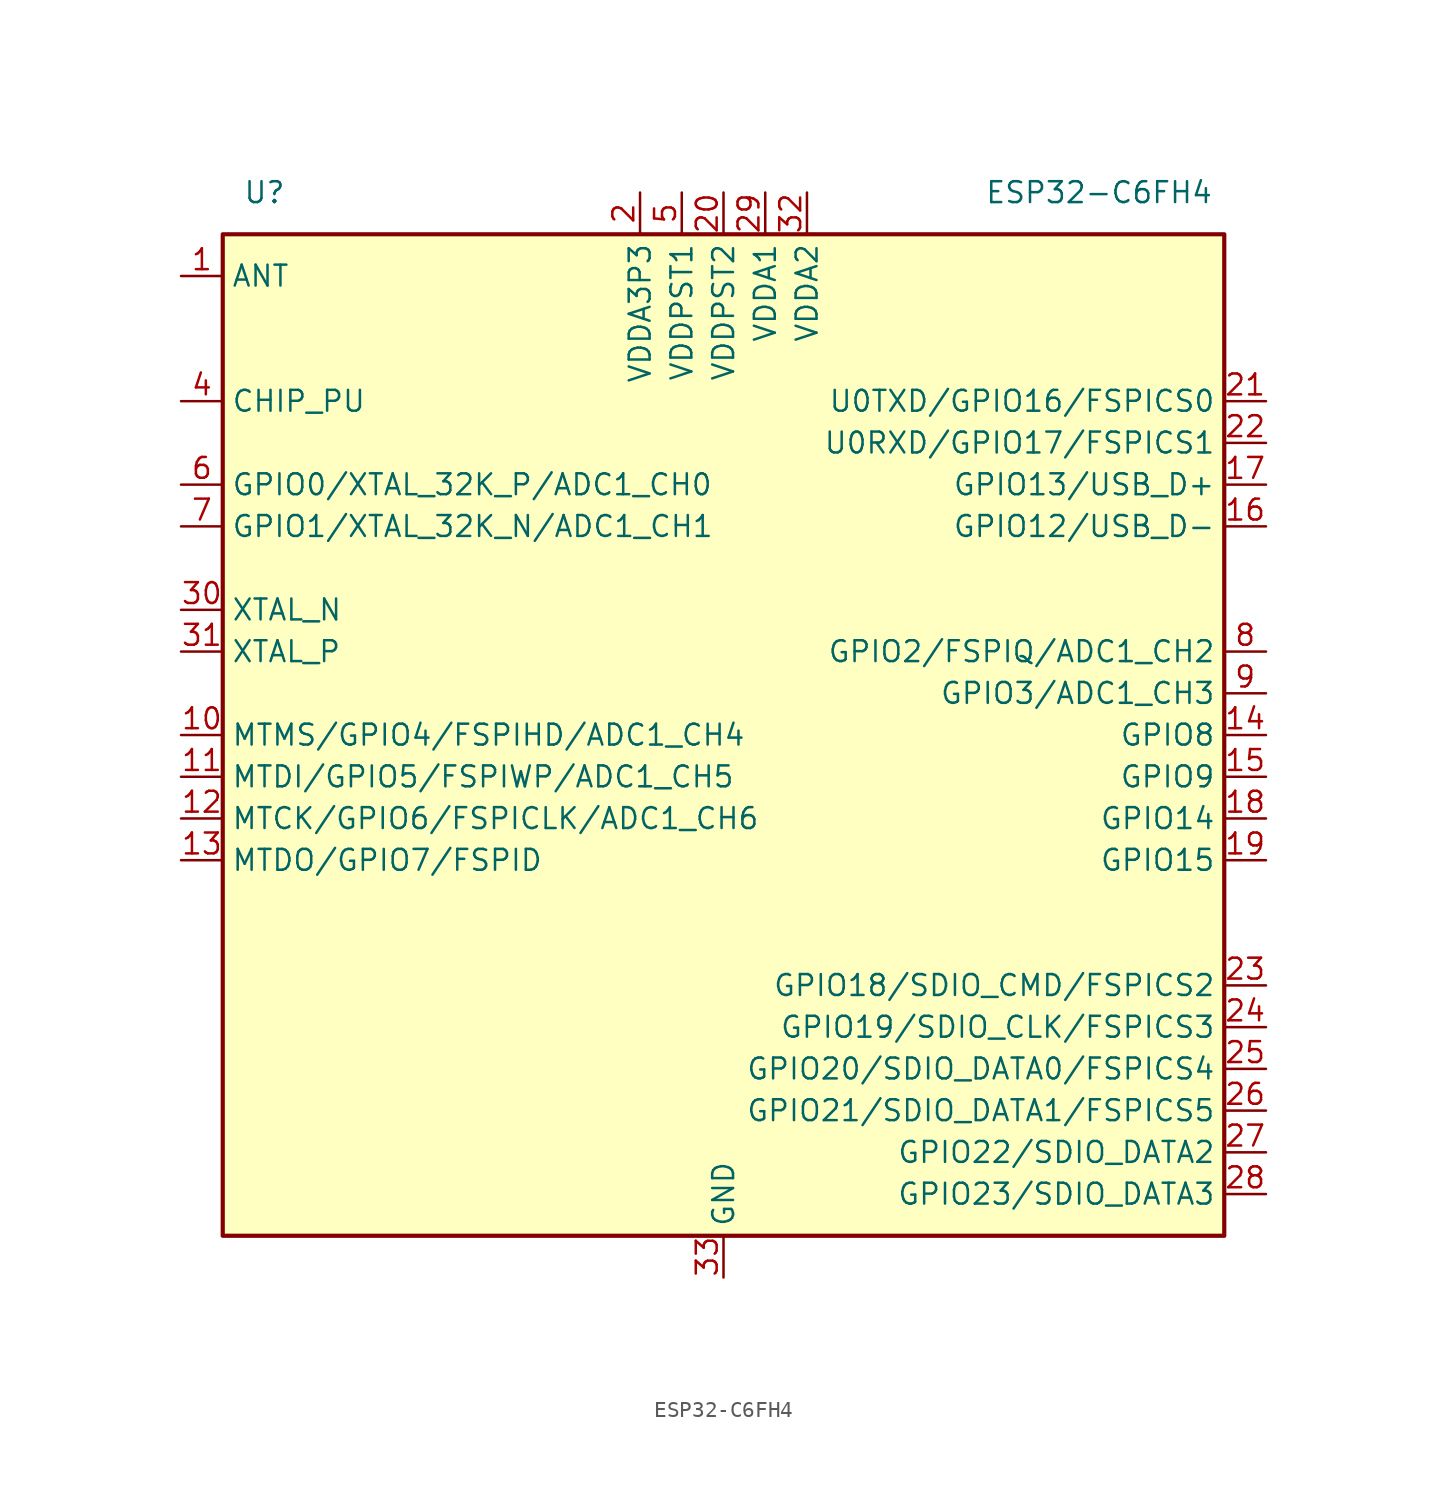
<source format=kicad_sym>
(kicad_symbol_lib
  (version 20211014)
  (generator kicad_symbol_editor)
  (symbol "ESP32-C6FH4"
    (property "Reference" "U"
      (at -27.94 33.02 0)
      (effects (font (size 1.27 1.27))))
    (property "Value" "ESP32-C6FH4"
      (at 22.86 33.02 0)
      (effects (font (size 1.27 1.27))))
    (symbol "ESP32-C6FH4_0_1"
      (rectangle (start -30.48 30.48) (end 30.48 -30.48) (stroke (width 0.254) (type default) (color 0 0 0 0)) (fill (type background))))
    (symbol "ESP32-C6FH4_1_1"
      (pin bidirectional line (at -33.02 27.94 0) (length 2.54) (name "ANT" (effects (font (size 1.27 1.27)))) (number "1" (effects (font (size 1.27 1.27)))))
      (pin bidirectional line (at -33.02 0 0) (length 2.54) (name "MTMS/GPIO4/FSPIHD/ADC1_CH4" (effects (font (size 1.27 1.27)))) (number "10" (effects (font (size 1.27 1.27)))))
      (pin bidirectional line (at -33.02 -2.54 0) (length 2.54) (name "MTDI/GPIO5/FSPIWP/ADC1_CH5" (effects (font (size 1.27 1.27)))) (number "11" (effects (font (size 1.27 1.27)))))
      (pin bidirectional line (at -33.02 -5.08 0) (length 2.54) (name "MTCK/GPIO6/FSPICLK/ADC1_CH6" (effects (font (size 1.27 1.27)))) (number "12" (effects (font (size 1.27 1.27)))))
      (pin bidirectional line (at -33.02 -7.62 0) (length 2.54) (name "MTDO/GPIO7/FSPID" (effects (font (size 1.27 1.27)))) (number "13" (effects (font (size 1.27 1.27)))))
      (pin bidirectional line (at 33.02 0 180) (length 2.54) (name "GPIO8" (effects (font (size 1.27 1.27)))) (number "14" (effects (font (size 1.27 1.27)))))
      (pin bidirectional line (at 33.02 -2.54 180) (length 2.54) (name "GPIO9" (effects (font (size 1.27 1.27)))) (number "15" (effects (font (size 1.27 1.27)))))
      (pin bidirectional line (at 33.02 12.7 180) (length 2.54) (name "GPIO12/USB_D-" (effects (font (size 1.27 1.27)))) (number "16" (effects (font (size 1.27 1.27)))))
      (pin bidirectional line (at 33.02 15.24 180) (length 2.54) (name "GPIO13/USB_D+" (effects (font (size 1.27 1.27)))) (number "17" (effects (font (size 1.27 1.27)))))
      (pin bidirectional line (at 33.02 -5.08 180) (length 2.54) (name "GPIO14" (effects (font (size 1.27 1.27)))) (number "18" (effects (font (size 1.27 1.27)))))
      (pin bidirectional line (at 33.02 -7.62 180) (length 2.54) (name "GPIO15" (effects (font (size 1.27 1.27)))) (number "19" (effects (font (size 1.27 1.27)))))
      (pin power_in line (at -5.08 33.02 270) (length 2.54) (name "VDDA3P3" (effects (font (size 1.27 1.27)))) (number "2" (effects (font (size 1.27 1.27)))))
      (pin power_in line (at 0 33.02 270) (length 2.54) (name "VDDPST2" (effects (font (size 1.27 1.27)))) (number "20" (effects (font (size 1.27 1.27)))))
      (pin bidirectional line (at 33.02 20.32 180) (length 2.54) (name "U0TXD/GPIO16/FSPICS0" (effects (font (size 1.27 1.27)))) (number "21" (effects (font (size 1.27 1.27)))))
      (pin bidirectional line (at 33.02 17.78 180) (length 2.54) (name "U0RXD/GPIO17/FSPICS1" (effects (font (size 1.27 1.27)))) (number "22" (effects (font (size 1.27 1.27)))))
      (pin bidirectional line (at 33.02 -15.24 180) (length 2.54) (name "GPIO18/SDIO_CMD/FSPICS2" (effects (font (size 1.27 1.27)))) (number "23" (effects (font (size 1.27 1.27)))))
      (pin bidirectional line (at 33.02 -17.78 180) (length 2.54) (name "GPIO19/SDIO_CLK/FSPICS3" (effects (font (size 1.27 1.27)))) (number "24" (effects (font (size 1.27 1.27)))))
      (pin bidirectional line (at 33.02 -20.32 180) (length 2.54) (name "GPIO20/SDIO_DATA0/FSPICS4" (effects (font (size 1.27 1.27)))) (number "25" (effects (font (size 1.27 1.27)))))
      (pin bidirectional line (at 33.02 -22.86 180) (length 2.54) (name "GPIO21/SDIO_DATA1/FSPICS5" (effects (font (size 1.27 1.27)))) (number "26" (effects (font (size 1.27 1.27)))))
      (pin bidirectional line (at 33.02 -25.4 180) (length 2.54) (name "GPIO22/SDIO_DATA2" (effects (font (size 1.27 1.27)))) (number "27" (effects (font (size 1.27 1.27)))))
      (pin bidirectional line (at 33.02 -27.94 180) (length 2.54) (name "GPIO23/SDIO_DATA3" (effects (font (size 1.27 1.27)))) (number "28" (effects (font (size 1.27 1.27)))))
      (pin power_in line (at 2.54 33.02 270) (length 2.54) (name "VDDA1" (effects (font (size 1.27 1.27)))) (number "29" (effects (font (size 1.27 1.27)))))
      (pin passive line (at -5.08 33.02 270) (length 2.54) hide (name "VDDA3P3" (effects (font (size 1.27 1.27)))) (number "3" (effects (font (size 1.27 1.27)))))
      (pin output line (at -33.02 7.62 0) (length 2.54) (name "XTAL_N" (effects (font (size 1.27 1.27)))) (number "30" (effects (font (size 1.27 1.27)))))
      (pin input line (at -33.02 5.08 0) (length 2.54) (name "XTAL_P" (effects (font (size 1.27 1.27)))) (number "31" (effects (font (size 1.27 1.27)))))
      (pin power_in line (at 5.08 33.02 270) (length 2.54) (name "VDDA2" (effects (font (size 1.27 1.27)))) (number "32" (effects (font (size 1.27 1.27)))))
      (pin power_in line (at 0 -33.02 90) (length 2.54) (name "GND" (effects (font (size 1.27 1.27)))) (number "33" (effects (font (size 1.27 1.27)))))
      (pin input line (at -33.02 20.32 0) (length 2.54) (name "CHIP_PU" (effects (font (size 1.27 1.27)))) (number "4" (effects (font (size 1.27 1.27)))))
      (pin power_in line (at -2.54 33.02 270) (length 2.54) (name "VDDPST1" (effects (font (size 1.27 1.27)))) (number "5" (effects (font (size 1.27 1.27)))))
      (pin bidirectional line (at -33.02 15.24 0) (length 2.54) (name "GPIO0/XTAL_32K_P/ADC1_CH0" (effects (font (size 1.27 1.27)))) (number "6" (effects (font (size 1.27 1.27)))))
      (pin bidirectional line (at -33.02 12.7 0) (length 2.54) (name "GPIO1/XTAL_32K_N/ADC1_CH1" (effects (font (size 1.27 1.27)))) (number "7" (effects (font (size 1.27 1.27)))))
      (pin bidirectional line (at 33.02 5.08 180) (length 2.54) (name "GPIO2/FSPIQ/ADC1_CH2" (effects (font (size 1.27 1.27)))) (number "8" (effects (font (size 1.27 1.27)))))
      (pin bidirectional line (at 33.02 2.54 180) (length 2.54) (name "GPIO3/ADC1_CH3" (effects (font (size 1.27 1.27)))) (number "9" (effects (font (size 1.27 1.27))))))))
</source>
